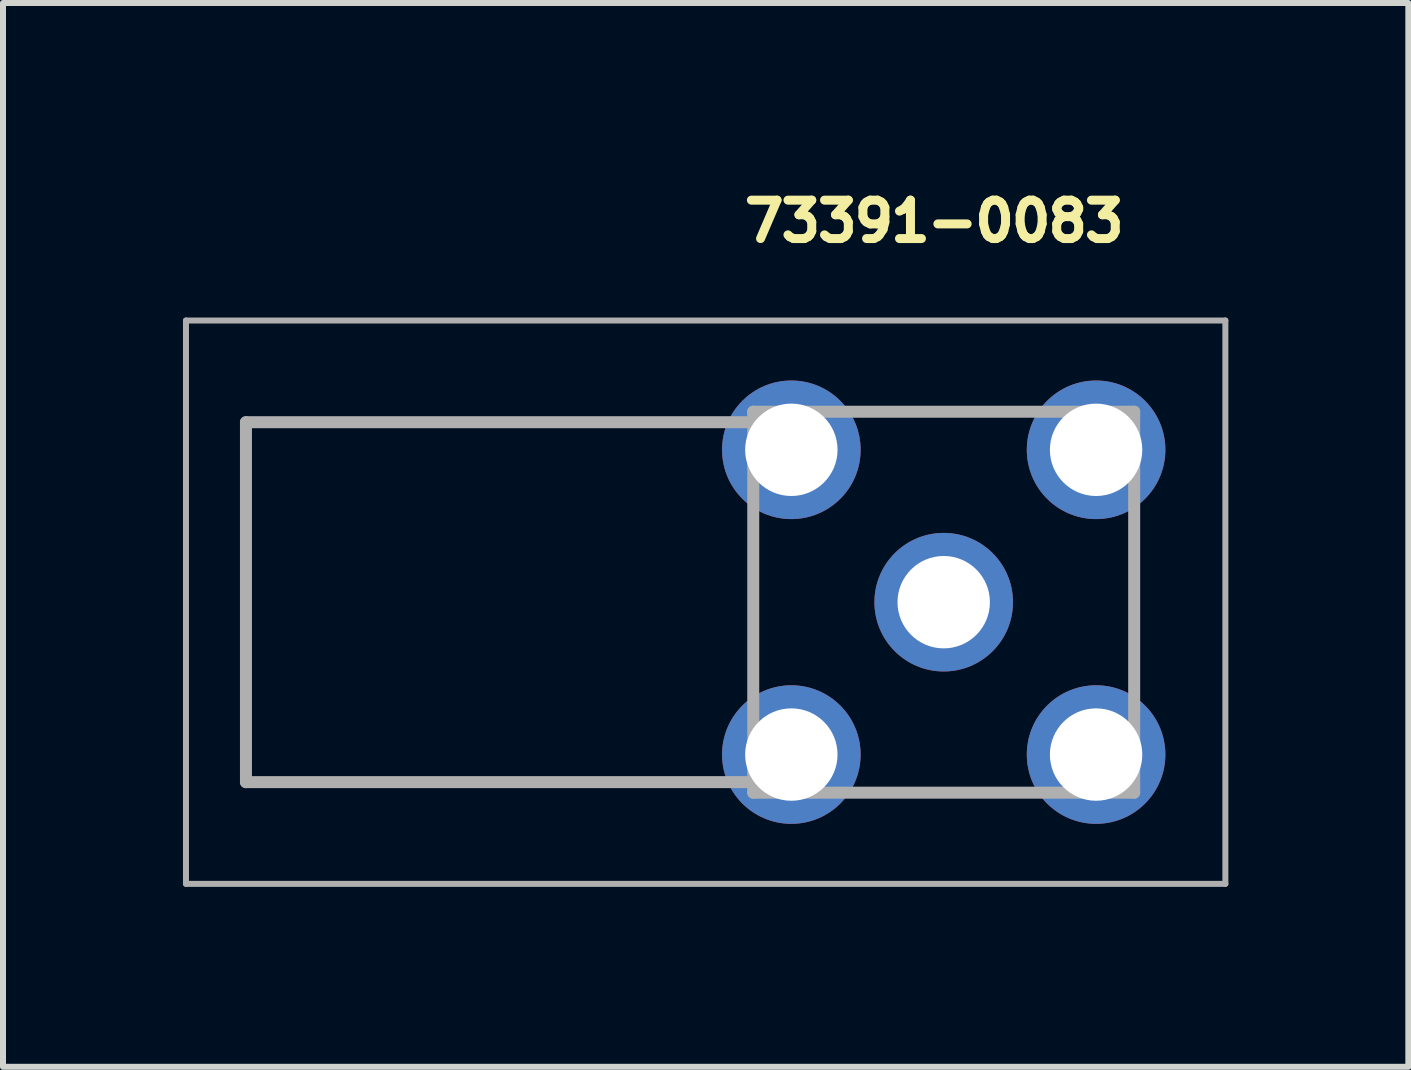
<source format=kicad_pcb>
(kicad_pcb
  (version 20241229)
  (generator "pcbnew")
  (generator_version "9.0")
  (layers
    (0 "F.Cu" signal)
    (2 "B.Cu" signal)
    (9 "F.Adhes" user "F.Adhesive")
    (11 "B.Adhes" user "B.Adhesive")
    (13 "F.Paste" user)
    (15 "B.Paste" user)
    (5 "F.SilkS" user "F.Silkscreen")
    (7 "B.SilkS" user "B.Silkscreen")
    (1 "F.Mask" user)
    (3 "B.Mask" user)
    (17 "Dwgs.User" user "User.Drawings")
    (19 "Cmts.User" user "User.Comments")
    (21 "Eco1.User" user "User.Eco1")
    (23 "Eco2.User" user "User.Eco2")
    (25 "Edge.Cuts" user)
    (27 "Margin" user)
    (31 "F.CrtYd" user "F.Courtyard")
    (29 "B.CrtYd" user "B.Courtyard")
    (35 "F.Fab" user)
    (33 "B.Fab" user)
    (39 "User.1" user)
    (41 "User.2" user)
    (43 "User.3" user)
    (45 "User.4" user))
  (footprint "73391-0083"
    (layer "F.Cu")
    (at 8.713 6.988)
    (property "Reference" "73391-0083" (at 3.81 -6.35 0) (layer "F.SilkS") (effects (font (size 0.64 0.64) (thickness 0.15))))
    (attr through_hole)
    (fp_line (start -7.663 -3) (end -7.663 3) (stroke (width 0.1) (type solid)) (layer "F.SilkS"))
    (fp_line (start -7.663 3) (end -0.032 3) (stroke (width 0.1) (type solid)) (layer "F.SilkS"))
    (fp_line (start -0.032 -3) (end -7.663 -3) (stroke (width 0.1) (type solid)) (layer "F.SilkS"))
    (fp_line (start 0.793 -1) (end 0.793 1) (stroke (width 0.1) (type solid)) (layer "F.SilkS"))
    (fp_line (start 2.968 -3.175) (end 4.968 -3.175) (stroke (width 0.1) (type solid)) (layer "F.SilkS"))
    (fp_line (start 2.968 3.175) (end 4.968 3.175) (stroke (width 0.1) (type solid)) (layer "F.SilkS"))
    (fp_line (start 7.143 -1) (end 7.143 1) (stroke (width 0.1) (type solid)) (layer "F.SilkS"))
    (fp_line (start -8.663 -4.695) (end 8.663 -4.695) (stroke (width 0.1) (type solid)) (layer "F.Fab"))
    (fp_line (start -8.663 4.695) (end -8.663 -4.695) (stroke (width 0.1) (type solid)) (layer "F.Fab"))
    (fp_line (start -7.663 -3) (end -7.663 3) (stroke (width 0.2) (type solid)) (layer "F.Fab"))
    (fp_line (start -7.663 3) (end 0.793 3) (stroke (width 0.2) (type solid)) (layer "F.Fab"))
    (fp_line (start 0.793 -3.175) (end 7.143 -3.175) (stroke (width 0.2) (type solid)) (layer "F.Fab"))
    (fp_line (start 0.793 -3) (end -7.663 -3) (stroke (width 0.2) (type solid)) (layer "F.Fab"))
    (fp_line (start 0.793 3.175) (end 0.793 -3.175) (stroke (width 0.2) (type solid)) (layer "F.Fab"))
    (fp_line (start 7.143 -3.175) (end 7.143 3.175) (stroke (width 0.2) (type solid)) (layer "F.Fab"))
    (fp_line (start 7.143 3.175) (end 0.793 3.175) (stroke (width 0.2) (type solid)) (layer "F.Fab"))
    (fp_line (start 8.663 -4.695) (end 8.663 4.695) (stroke (width 0.1) (type solid)) (layer "F.Fab"))
    (fp_line (start 8.663 4.695) (end -8.663 4.695) (stroke (width 0.1) (type solid)) (layer "F.Fab"))
    (pad "1" thru_hole circle (at 1.428 -2.54) (size 2.31 2.31) (drill 1.54) (layers "*.Cu" "*.Mask"))
    (pad "2" thru_hole circle (at 1.428 2.54) (size 2.31 2.31) (drill 1.54) (layers "*.Cu" "*.Mask"))
    (pad "3" thru_hole circle (at 6.508 2.54) (size 2.31 2.31) (drill 1.54) (layers "*.Cu" "*.Mask"))
    (pad "4" thru_hole circle (at 6.508 -2.54) (size 2.31 2.31) (drill 1.54) (layers "*.Cu" "*.Mask"))
    (pad "5" thru_hole circle (at 3.968 0) (size 2.31 2.31) (drill 1.54) (layers "*.Cu" "*.Mask")))
  (gr_rect
    (start -3 -3)
    (end 20.426 14.733)
    (stroke (width 0.1) (type default))
    (fill no)
    (layer "Edge.Cuts")))
</source>
